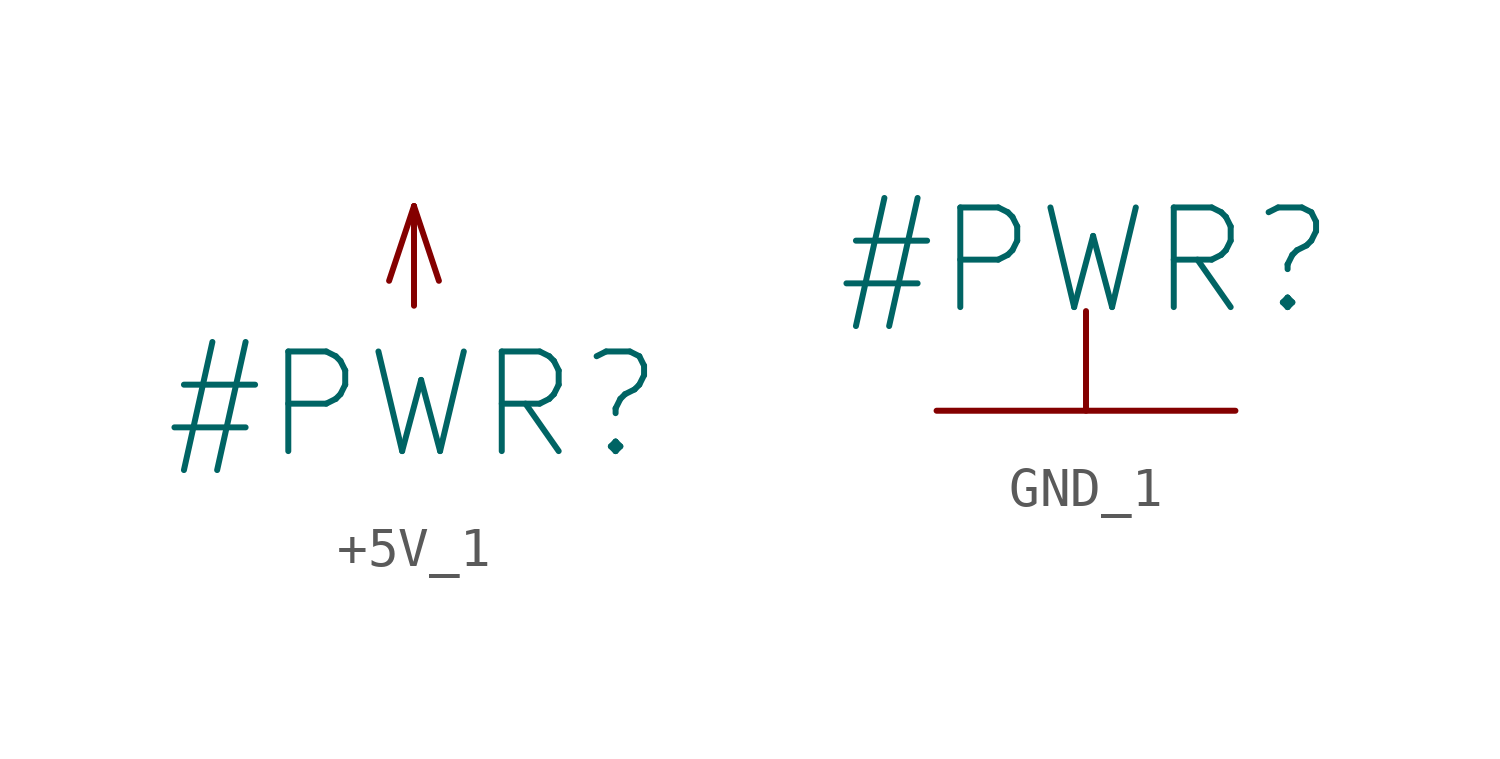
<source format=kicad_sym>
(kicad_symbol_lib
  (version 20211014)
  (generator kicad_symbol_editor)
  (symbol "+5V_1"
    (property "Reference" "#PWR"
      (at 0 -2.54 0)
      (effects (font (size 2.54 2.54))))
    (property "ki_locked" ""
      (at 0 0 0)
      (effects (font (size 1.27 1.27))))
    (symbol "+5V_1_1_0"
      (polyline (pts (xy 0 2.54) (xy -0.635 0.635)) (stroke (width 0.152) (type default) (color 0 0 0 0)) (fill (type none)))
      (polyline (pts (xy 0 2.54) (xy 0.635 0.635)) (stroke (width 0.152) (type default) (color 0 0 0 0)) (fill (type none)))
      (pin power_in line (at 0 0 90) (length 2.54) (name "+5V" (effects (font (size 0 0)))) (number "1" (effects (font (size 0 0)))))))
  (symbol "GND_1"
    (property "Reference" "#PWR"
      (at 0 1.27 0)
      (effects (font (size 2.54 2.54))))
    (property "ki_locked" ""
      (at 0 0 0)
      (effects (font (size 1.27 1.27))))
    (symbol "GND_1_1_0"
      (polyline (pts (xy -3.81 -2.54) (xy 3.81 -2.54)) (stroke (width 0.152) (type default) (color 0 0 0 0)) (fill (type none)))
      (pin power_in line (at 0 0 270) (length 2.54) (name "GND" (effects (font (size 0 0)))) (number "1" (effects (font (size 0 0))))))))
</source>
